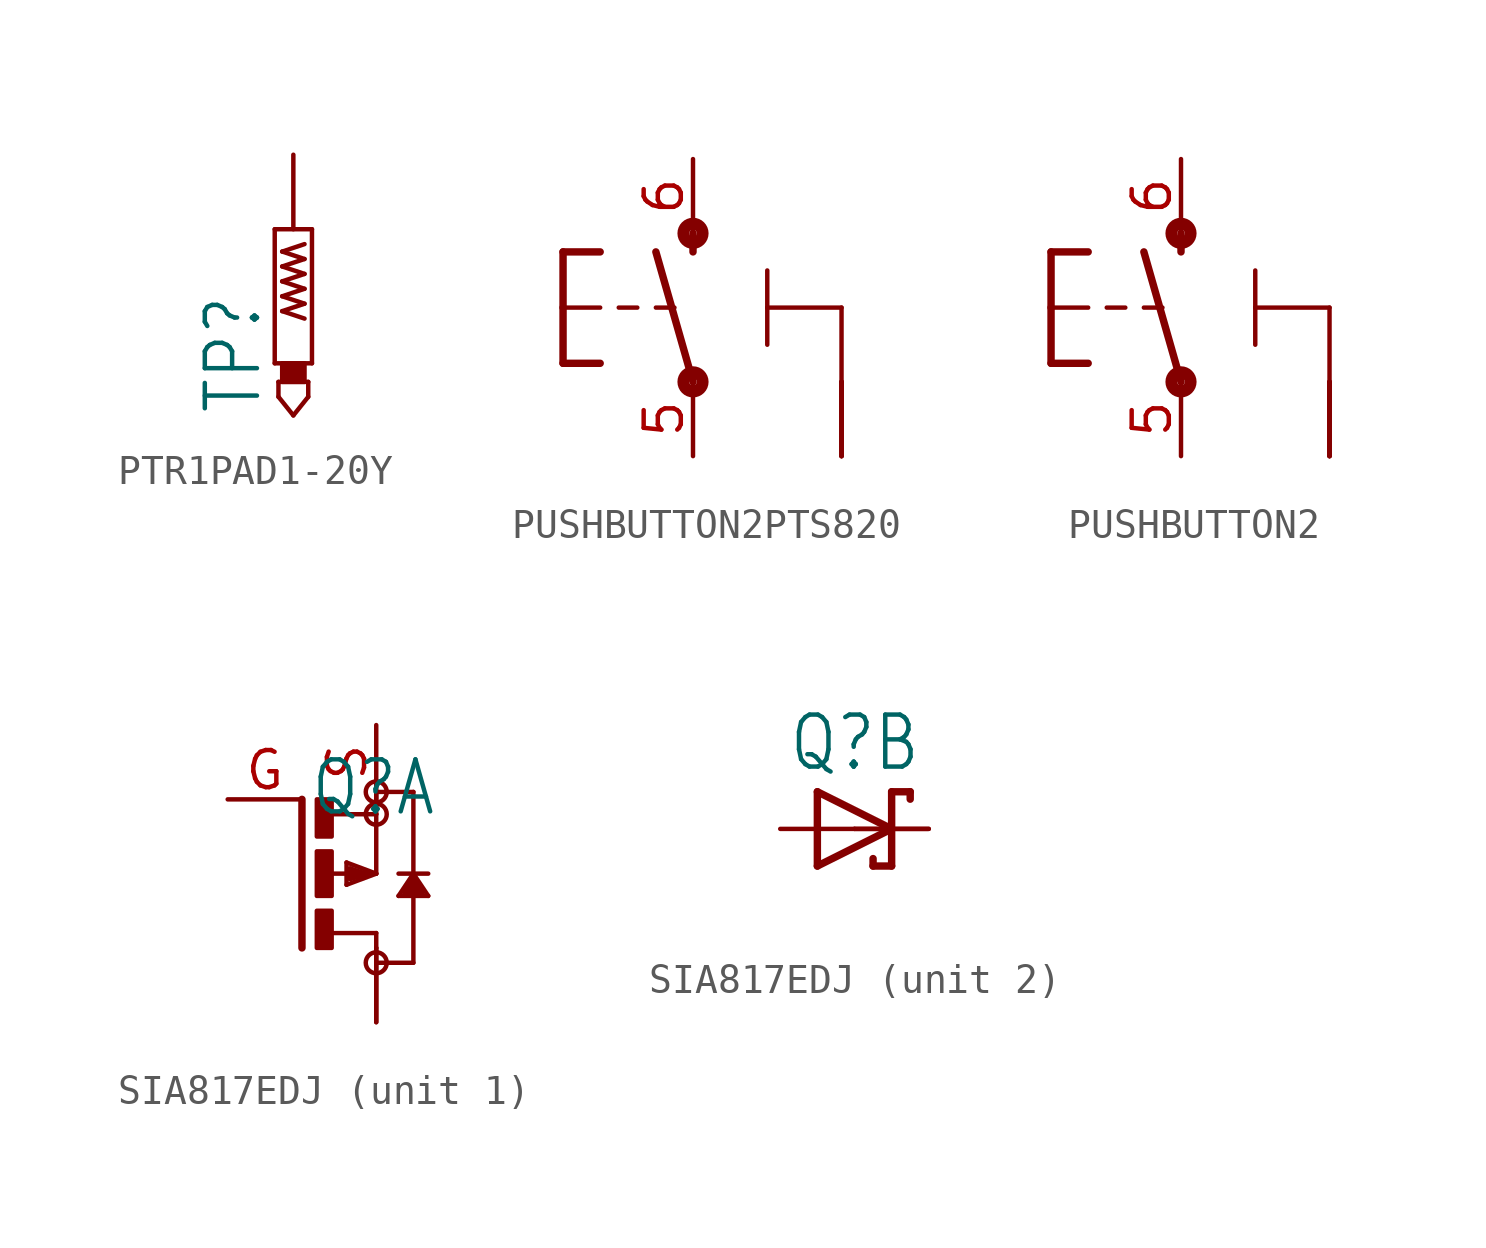
<source format=kicad_sym>
(kicad_symbol_lib
  (version 20231120)
  (generator "kicad_symbol_editor")
  (generator_version "8.0")
  (symbol "PTR1PAD1-20Y"
    (property "Reference" "TP"
      (at -1.016 -6.35 90)
      (effects (font (size 1.778 1.511)) (justify left bottom)))
    (property "ki_locked" ""
      (at 0 0 0)
      (effects (font (size 1.27 1.27))))
    (symbol "PTR1PAD1-20Y_1_0"
      (rectangle (start -0.381 -5.207) (end 0.381 -4.572) (stroke (width 0) (type default)) (fill (type outline)))
      (polyline (pts (xy -0.635 0) (xy -0.635 -4.572)) (stroke (width 0.152) (type solid)) (fill (type none)))
      (polyline (pts (xy -0.508 -5.715) (xy 0 -6.35)) (stroke (width 0.152) (type solid)) (fill (type none)))
      (polyline (pts (xy -0.508 -5.207) (xy -0.508 -5.715)) (stroke (width 0.152) (type solid)) (fill (type none)))
      (polyline (pts (xy -0.381 -2.794) (xy 0.381 -2.54)) (stroke (width 0.152) (type solid)) (fill (type none)))
      (polyline (pts (xy -0.381 -2.286) (xy 0.381 -2.032)) (stroke (width 0.152) (type solid)) (fill (type none)))
      (polyline (pts (xy -0.381 -1.778) (xy 0.381 -1.524)) (stroke (width 0.152) (type solid)) (fill (type none)))
      (polyline (pts (xy -0.381 -1.27) (xy 0.381 -1.016)) (stroke (width 0.152) (type solid)) (fill (type none)))
      (polyline (pts (xy -0.381 -0.762) (xy 0.381 -0.508)) (stroke (width 0.152) (type solid)) (fill (type none)))
      (polyline (pts (xy 0 -6.35) (xy 0.508 -5.715)) (stroke (width 0.152) (type solid)) (fill (type none)))
      (polyline (pts (xy 0.381 -3.048) (xy -0.381 -2.794)) (stroke (width 0.152) (type solid)) (fill (type none)))
      (polyline (pts (xy 0.381 -2.54) (xy -0.381 -2.286)) (stroke (width 0.152) (type solid)) (fill (type none)))
      (polyline (pts (xy 0.381 -2.032) (xy -0.381 -1.778)) (stroke (width 0.152) (type solid)) (fill (type none)))
      (polyline (pts (xy 0.381 -1.524) (xy -0.381 -1.27)) (stroke (width 0.152) (type solid)) (fill (type none)))
      (polyline (pts (xy 0.381 -1.016) (xy -0.381 -0.762)) (stroke (width 0.152) (type solid)) (fill (type none)))
      (polyline (pts (xy 0.508 -5.715) (xy 0.508 -5.207)) (stroke (width 0.152) (type solid)) (fill (type none)))
      (polyline (pts (xy 0.508 -5.207) (xy -0.508 -5.207)) (stroke (width 0.152) (type solid)) (fill (type none)))
      (polyline (pts (xy 0.635 -4.572) (xy -0.635 -4.572)) (stroke (width 0.152) (type solid)) (fill (type none)))
      (polyline (pts (xy 0.635 -4.572) (xy 0.635 0)) (stroke (width 0.152) (type solid)) (fill (type none)))
      (polyline (pts (xy 0.635 0) (xy -0.635 0)) (stroke (width 0.152) (type solid)) (fill (type none)))
      (pin input line (at 0 2.54 270) (length 2.54) (name "TP" (effects (font (size 0 0)))) (number "1" (effects (font (size 0 0)))))))
  (symbol "PUSHBUTTON2PTS820"
    (property "Reference" ""
      (at -6.35 -2.54 90)
      (effects (font (size 1.778 1.511)) (justify left bottom) (hide yes)))
    (property "Value" ""
      (at -3.81 3.175 90)
      (effects (font (size 1.778 1.511)) (justify left bottom)))
    (property "ki_locked" ""
      (at 0 0 0)
      (effects (font (size 1.27 1.27))))
    (symbol "PUSHBUTTON2PTS820_1_0"
      (circle (center 0 -2.54) (radius 0.127) (stroke (width 0.406) (type solid)) (fill (type none)))
      (polyline (pts (xy -4.445 -1.905) (xy -3.175 -1.905)) (stroke (width 0.254) (type solid)) (fill (type none)))
      (polyline (pts (xy -4.445 0) (xy -4.445 -1.905)) (stroke (width 0.254) (type solid)) (fill (type none)))
      (polyline (pts (xy -4.445 0) (xy -3.175 0)) (stroke (width 0.152) (type solid)) (fill (type none)))
      (polyline (pts (xy -4.445 1.905) (xy -4.445 0)) (stroke (width 0.254) (type solid)) (fill (type none)))
      (polyline (pts (xy -4.445 1.905) (xy -3.175 1.905)) (stroke (width 0.254) (type solid)) (fill (type none)))
      (polyline (pts (xy -2.54 0) (xy -1.905 0)) (stroke (width 0.152) (type solid)) (fill (type none)))
      (polyline (pts (xy -1.27 0) (xy -0.635 0)) (stroke (width 0.152) (type solid)) (fill (type none)))
      (polyline (pts (xy 0 -2.54) (xy -1.27 1.905)) (stroke (width 0.254) (type solid)) (fill (type none)))
      (polyline (pts (xy 0 1.905) (xy 0 2.54)) (stroke (width 0.254) (type solid)) (fill (type none)))
      (polyline (pts (xy 2.54 0) (xy 2.54 -1.27)) (stroke (width 0.152) (type solid)) (fill (type none)))
      (polyline (pts (xy 2.54 0) (xy 2.54 1.27)) (stroke (width 0.152) (type solid)) (fill (type none)))
      (polyline (pts (xy 5.08 -2.54) (xy 5.08 0)) (stroke (width 0.152) (type solid)) (fill (type none)))
      (polyline (pts (xy 5.08 0) (xy 2.54 0)) (stroke (width 0.152) (type solid)) (fill (type none)))
      (circle (center 0 2.54) (radius 0.127) (stroke (width 0.406) (type solid)) (fill (type none)))
      (pin power_in line (at 5.08 -5.08 90) (length 2.54) (name "3" (effects (font (size 0 0)))) (number "1" (effects (font (size 0 0)))))
      (pin power_in line (at 5.08 -5.08 90) (length 2.54) (name "3" (effects (font (size 0 0)))) (number "2" (effects (font (size 0 0)))))
      (pin power_in line (at 5.08 -5.08 90) (length 2.54) (name "3" (effects (font (size 0 0)))) (number "3" (effects (font (size 0 0)))))
      (pin power_in line (at 5.08 -5.08 90) (length 2.54) (name "3" (effects (font (size 0 0)))) (number "4" (effects (font (size 0 0)))))
      (pin passive line (at 0 -5.08 90) (length 2.54) (name "1" (effects (font (size 0 0)))) (number "5" (effects (font (size 1.27 1.27)))))
      (pin passive line (at 0 5.08 270) (length 2.54) (name "2" (effects (font (size 0 0)))) (number "6" (effects (font (size 1.27 1.27)))))))
  (symbol "PUSHBUTTON2"
    (property "Reference" ""
      (at -6.35 -2.54 90)
      (effects (font (size 1.778 1.511)) (justify left bottom) (hide yes)))
    (property "Value" ""
      (at -3.81 3.175 90)
      (effects (font (size 1.778 1.511)) (justify left bottom)))
    (property "ki_locked" ""
      (at 0 0 0)
      (effects (font (size 1.27 1.27))))
    (symbol "PUSHBUTTON2_1_0"
      (circle (center 0 -2.54) (radius 0.127) (stroke (width 0.406) (type solid)) (fill (type none)))
      (polyline (pts (xy -4.445 -1.905) (xy -3.175 -1.905)) (stroke (width 0.254) (type solid)) (fill (type none)))
      (polyline (pts (xy -4.445 0) (xy -4.445 -1.905)) (stroke (width 0.254) (type solid)) (fill (type none)))
      (polyline (pts (xy -4.445 0) (xy -3.175 0)) (stroke (width 0.152) (type solid)) (fill (type none)))
      (polyline (pts (xy -4.445 1.905) (xy -4.445 0)) (stroke (width 0.254) (type solid)) (fill (type none)))
      (polyline (pts (xy -4.445 1.905) (xy -3.175 1.905)) (stroke (width 0.254) (type solid)) (fill (type none)))
      (polyline (pts (xy -2.54 0) (xy -1.905 0)) (stroke (width 0.152) (type solid)) (fill (type none)))
      (polyline (pts (xy -1.27 0) (xy -0.635 0)) (stroke (width 0.152) (type solid)) (fill (type none)))
      (polyline (pts (xy 0 -2.54) (xy -1.27 1.905)) (stroke (width 0.254) (type solid)) (fill (type none)))
      (polyline (pts (xy 0 1.905) (xy 0 2.54)) (stroke (width 0.254) (type solid)) (fill (type none)))
      (polyline (pts (xy 2.54 0) (xy 2.54 -1.27)) (stroke (width 0.152) (type solid)) (fill (type none)))
      (polyline (pts (xy 2.54 0) (xy 2.54 1.27)) (stroke (width 0.152) (type solid)) (fill (type none)))
      (polyline (pts (xy 5.08 -2.54) (xy 5.08 0)) (stroke (width 0.152) (type solid)) (fill (type none)))
      (polyline (pts (xy 5.08 0) (xy 2.54 0)) (stroke (width 0.152) (type solid)) (fill (type none)))
      (circle (center 0 2.54) (radius 0.127) (stroke (width 0.406) (type solid)) (fill (type none)))
      (pin power_in line (at 5.08 -5.08 90) (length 2.54) (name "3" (effects (font (size 0 0)))) (number "1" (effects (font (size 0 0)))))
      (pin power_in line (at 5.08 -5.08 90) (length 2.54) (name "3" (effects (font (size 0 0)))) (number "2" (effects (font (size 0 0)))))
      (pin power_in line (at 5.08 -5.08 90) (length 2.54) (name "3" (effects (font (size 0 0)))) (number "3" (effects (font (size 0 0)))))
      (pin power_in line (at 5.08 -5.08 90) (length 2.54) (name "3" (effects (font (size 0 0)))) (number "4" (effects (font (size 0 0)))))
      (pin passive line (at 0 -5.08 90) (length 2.54) (name "1" (effects (font (size 0 0)))) (number "5" (effects (font (size 1.27 1.27)))))
      (pin passive line (at 0 5.08 270) (length 2.54) (name "2" (effects (font (size 0 0)))) (number "6" (effects (font (size 1.27 1.27)))))))
  (symbol "SIA817EDJ"
    (property "Reference" "Q"
      (at -2.286 1.905 0)
      (effects (font (size 1.778 1.511)) (justify left bottom)))
    (property "Value" ""
      (at -2.286 -3.429 0)
      (effects (font (size 1.778 1.511)) (justify left bottom)))
    (property "ki_locked" ""
      (at 0 0 0)
      (effects (font (size 1.27 1.27))))
    (symbol "SIA817EDJ_1_0"
      (rectangle (start -2.032 -2.54) (end -1.524 -1.27) (stroke (width 0) (type default)) (fill (type outline)))
      (rectangle (start -2.032 -0.762) (end -1.524 0.762) (stroke (width 0) (type default)) (fill (type outline)))
      (rectangle (start -2.032 1.27) (end -1.524 2.54) (stroke (width 0) (type default)) (fill (type outline)))
      (circle (center 0 -3.048) (radius 0.359) (stroke (width 0) (type solid)) (fill (type none)))
      (polyline (pts (xy -2.54 2.54) (xy -2.54 -2.54)) (stroke (width 0.254) (type solid)) (fill (type none)))
      (polyline (pts (xy -1.524 -2.032) (xy 0 -2.032)) (stroke (width 0.152) (type solid)) (fill (type none)))
      (polyline (pts (xy -1.524 0) (xy -0.508 0)) (stroke (width 0.152) (type solid)) (fill (type none)))
      (polyline (pts (xy -1.524 2.032) (xy 0 2.032)) (stroke (width 0.152) (type solid)) (fill (type none)))
      (polyline (pts (xy -1.016 -0.381) (xy 0 0)) (stroke (width 0.152) (type solid)) (fill (type none)))
      (polyline (pts (xy -1.016 0.381) (xy -1.016 -0.381)) (stroke (width 0.152) (type solid)) (fill (type none)))
      (polyline (pts (xy -0.889 -0.127) (xy -0.889 0.127)) (stroke (width 0.254) (type solid)) (fill (type none)))
      (polyline (pts (xy -0.889 0.127) (xy -0.508 0)) (stroke (width 0.254) (type solid)) (fill (type none)))
      (polyline (pts (xy -0.508 0) (xy -0.381 0)) (stroke (width 0.152) (type solid)) (fill (type none)))
      (polyline (pts (xy -0.381 0) (xy -0.889 -0.127)) (stroke (width 0.254) (type solid)) (fill (type none)))
      (polyline (pts (xy -0.381 0) (xy 0 0)) (stroke (width 0.152) (type solid)) (fill (type none)))
      (polyline (pts (xy 0 -3.048) (xy 1.27 -3.048)) (stroke (width 0.152) (type solid)) (fill (type none)))
      (polyline (pts (xy 0 -2.032) (xy 0 -2.54)) (stroke (width 0.152) (type solid)) (fill (type none)))
      (polyline (pts (xy 0 0) (xy -1.016 0.381)) (stroke (width 0.152) (type solid)) (fill (type none)))
      (polyline (pts (xy 0 0) (xy 0 2.032)) (stroke (width 0.152) (type solid)) (fill (type none)))
      (polyline (pts (xy 0 2.032) (xy 0 2.794)) (stroke (width 0.152) (type solid)) (fill (type none)))
      (polyline (pts (xy 0.762 -0.762) (xy 1.778 -0.762)) (stroke (width 0.152) (type solid)) (fill (type none)))
      (polyline (pts (xy 0.762 0) (xy 1.778 0)) (stroke (width 0.152) (type solid)) (fill (type none)))
      (polyline (pts (xy 1.016 -0.635) (xy 1.524 -0.635)) (stroke (width 0.254) (type solid)) (fill (type none)))
      (polyline (pts (xy 1.27 -3.048) (xy 1.27 -0.254)) (stroke (width 0.152) (type solid)) (fill (type none)))
      (polyline (pts (xy 1.27 -0.254) (xy 1.016 -0.635)) (stroke (width 0.254) (type solid)) (fill (type none)))
      (polyline (pts (xy 1.27 -0.254) (xy 1.27 0)) (stroke (width 0.152) (type solid)) (fill (type none)))
      (polyline (pts (xy 1.27 0) (xy 0.762 -0.762)) (stroke (width 0.152) (type solid)) (fill (type none)))
      (polyline (pts (xy 1.27 0) (xy 1.27 2.794)) (stroke (width 0.152) (type solid)) (fill (type none)))
      (polyline (pts (xy 1.27 2.794) (xy 0 2.794)) (stroke (width 0.152) (type solid)) (fill (type none)))
      (polyline (pts (xy 1.524 -0.635) (xy 1.27 -0.254)) (stroke (width 0.254) (type solid)) (fill (type none)))
      (polyline (pts (xy 1.778 -0.762) (xy 1.27 0)) (stroke (width 0.152) (type solid)) (fill (type none)))
      (circle (center 0 2.032) (radius 0.359) (stroke (width 0) (type solid)) (fill (type none)))
      (circle (center 0 2.794) (radius 0.359) (stroke (width 0) (type solid)) (fill (type none)))
      (pin passive line (at 0 -5.08 90) (length 2.54) (name "D" (effects (font (size 0 0)))) (number "D" (effects (font (size 0 0)))))
      (pin passive line (at 0 -5.08 90) (length 2.54) (name "D" (effects (font (size 0 0)))) (number "D2" (effects (font (size 0 0)))))
      (pin passive line (at -5.08 2.54 0) (length 2.54) (name "G" (effects (font (size 0 0)))) (number "G" (effects (font (size 1.27 1.27)))))
      (pin passive line (at 0 5.08 270) (length 2.54) (name "S" (effects (font (size 0 0)))) (number "S" (effects (font (size 1.27 1.27))))))
    (symbol "SIA817EDJ_2_0"
      (polyline (pts (xy -1.27 -1.27) (xy 1.27 0)) (stroke (width 0.254) (type solid)) (fill (type none)))
      (polyline (pts (xy -1.27 1.27) (xy -1.27 -1.27)) (stroke (width 0.254) (type solid)) (fill (type none)))
      (polyline (pts (xy 0.635 -1.016) (xy 0.635 -1.27)) (stroke (width 0.254) (type solid)) (fill (type none)))
      (polyline (pts (xy 1.27 -1.27) (xy 0.635 -1.27)) (stroke (width 0.254) (type solid)) (fill (type none)))
      (polyline (pts (xy 1.27 0) (xy -1.27 1.27)) (stroke (width 0.254) (type solid)) (fill (type none)))
      (polyline (pts (xy 1.27 0) (xy 1.27 -1.27)) (stroke (width 0.254) (type solid)) (fill (type none)))
      (polyline (pts (xy 1.27 1.27) (xy 1.27 0)) (stroke (width 0.254) (type solid)) (fill (type none)))
      (polyline (pts (xy 1.905 1.27) (xy 1.27 1.27)) (stroke (width 0.254) (type solid)) (fill (type none)))
      (polyline (pts (xy 1.905 1.27) (xy 1.905 1.016)) (stroke (width 0.254) (type solid)) (fill (type none)))
      (pin passive line (at -2.54 0 0) (length 2.54) (name "A" (effects (font (size 0 0)))) (number "A" (effects (font (size 0 0)))))
      (pin passive line (at 2.54 0 180) (length 2.54) (name "C" (effects (font (size 0 0)))) (number "K" (effects (font (size 0 0)))))
      (pin passive line (at 2.54 0 180) (length 2.54) (name "C" (effects (font (size 0 0)))) (number "K2" (effects (font (size 0 0))))))))
</source>
